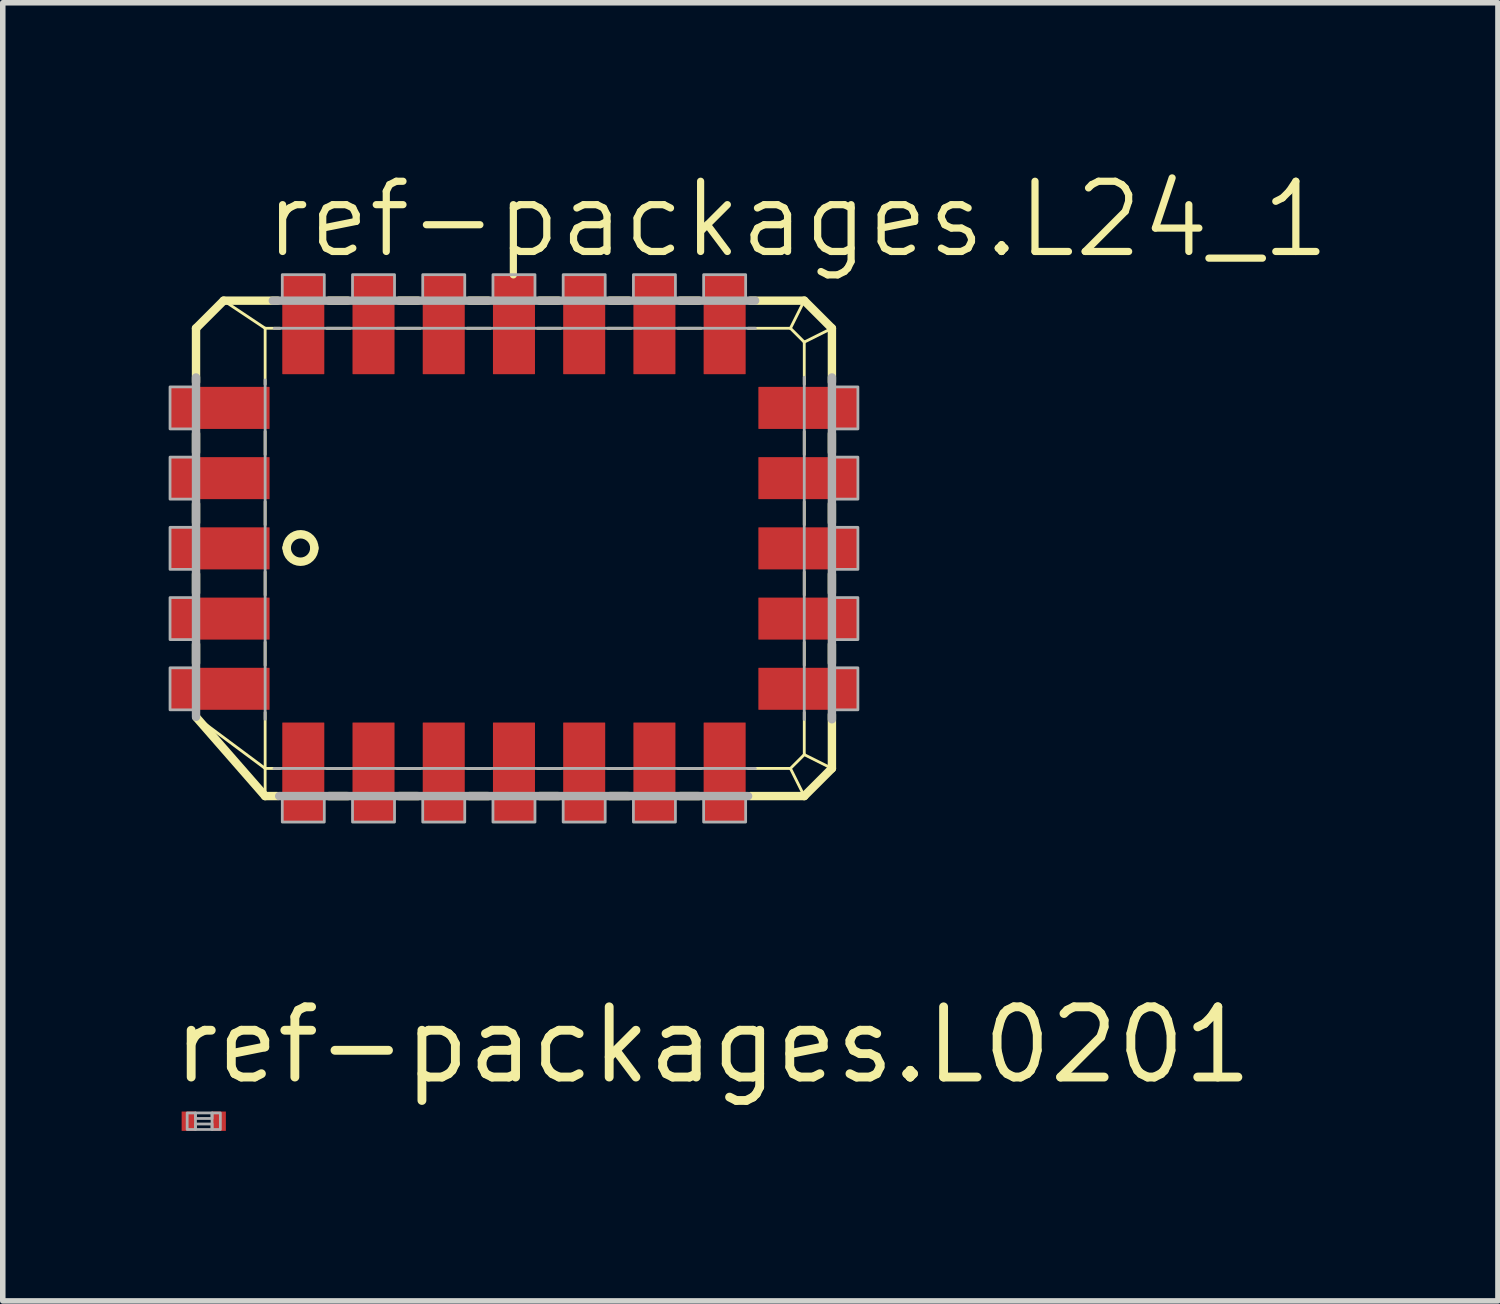
<source format=kicad_pcb>
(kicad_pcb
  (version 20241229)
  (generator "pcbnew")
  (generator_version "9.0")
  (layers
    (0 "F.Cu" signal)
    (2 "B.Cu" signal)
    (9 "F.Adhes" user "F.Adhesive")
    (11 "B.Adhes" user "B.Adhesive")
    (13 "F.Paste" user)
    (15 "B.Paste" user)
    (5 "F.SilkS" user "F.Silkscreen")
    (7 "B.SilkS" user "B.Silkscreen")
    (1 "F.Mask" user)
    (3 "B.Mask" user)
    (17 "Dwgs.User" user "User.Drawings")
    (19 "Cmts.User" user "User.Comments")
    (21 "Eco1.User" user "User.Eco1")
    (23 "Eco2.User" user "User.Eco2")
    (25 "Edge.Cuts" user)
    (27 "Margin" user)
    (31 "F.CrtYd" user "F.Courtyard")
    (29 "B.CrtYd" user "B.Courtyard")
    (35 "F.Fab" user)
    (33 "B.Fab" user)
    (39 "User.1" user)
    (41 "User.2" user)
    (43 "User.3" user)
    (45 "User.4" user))
  (footprint "ref-packages.L24_1"
    (layer "F.Cu")
    (at 6.245 6.867)
    (property "Reference" "ref-packages.L24_1" (at -4.572 -5.207 0) (layer "F.SilkS") (effects (font (size 1.27 1.27) (thickness 0.13)) (justify left bottom)))
    (attr smd)
    (fp_line (start -5.75 -3.98) (end -5.25 -4.48) (stroke (width 0.152) (type default)) (layer "F.SilkS"))
    (fp_line (start -5.75 -3.005) (end -5.75 -3.98) (stroke (width 0.152) (type default)) (layer "F.SilkS"))
    (fp_line (start -5.75 -1.735) (end -5.75 -2.075) (stroke (width 0.152) (type default)) (layer "F.SilkS"))
    (fp_line (start -5.75 -0.465) (end -5.75 -0.805) (stroke (width 0.152) (type default)) (layer "F.SilkS"))
    (fp_line (start -5.75 0.805) (end -5.75 0.465) (stroke (width 0.152) (type default)) (layer "F.SilkS"))
    (fp_line (start -5.75 2.075) (end -5.75 1.735) (stroke (width 0.152) (type default)) (layer "F.SilkS"))
    (fp_line (start -5.25 -4.48) (end -4.5 -3.98) (stroke (width 0.051) (type default)) (layer "F.SilkS"))
    (fp_line (start -5.25 -4.48) (end -4.275 -4.48) (stroke (width 0.152) (type default)) (layer "F.SilkS"))
    (fp_line (start -4.5 -3.98) (end -4.235 -3.98) (stroke (width 0.051) (type default)) (layer "F.SilkS"))
    (fp_line (start -4.5 -2.965) (end -4.5 -3.98) (stroke (width 0.051) (type default)) (layer "F.SilkS"))
    (fp_line (start -4.5 -1.695) (end -4.5 -2.115) (stroke (width 0.051) (type default)) (layer "F.SilkS"))
    (fp_line (start -4.5 -0.425) (end -4.5 -0.845) (stroke (width 0.051) (type default)) (layer "F.SilkS"))
    (fp_line (start -4.5 0.845) (end -4.5 0.425) (stroke (width 0.051) (type default)) (layer "F.SilkS"))
    (fp_line (start -4.5 2.115) (end -4.5 1.695) (stroke (width 0.051) (type default)) (layer "F.SilkS"))
    (fp_line (start -4.5 3.98) (end -5.749 3.051) (stroke (width 0.051) (type default)) (layer "F.SilkS"))
    (fp_line (start -4.5 3.98) (end -4.5 2.965) (stroke (width 0.051) (type default)) (layer "F.SilkS"))
    (fp_line (start -4.5 4.48) (end -5.745 3.055) (stroke (width 0.152) (type default)) (layer "F.SilkS"))
    (fp_line (start -4.5 4.48) (end -4.5 3.98) (stroke (width 0.051) (type default)) (layer "F.SilkS"))
    (fp_line (start -4.275 4.48) (end -4.5 4.48) (stroke (width 0.152) (type default)) (layer "F.SilkS"))
    (fp_line (start -4.235 3.98) (end -4.5 3.98) (stroke (width 0.051) (type default)) (layer "F.SilkS"))
    (fp_line (start -3.385 -3.98) (end -2.965 -3.98) (stroke (width 0.051) (type default)) (layer "F.SilkS"))
    (fp_line (start -3.345 -4.48) (end -3.005 -4.48) (stroke (width 0.152) (type default)) (layer "F.SilkS"))
    (fp_line (start -3.005 4.48) (end -3.345 4.48) (stroke (width 0.152) (type default)) (layer "F.SilkS"))
    (fp_line (start -2.965 3.98) (end -3.385 3.98) (stroke (width 0.051) (type default)) (layer "F.SilkS"))
    (fp_line (start -2.115 -3.98) (end -1.695 -3.98) (stroke (width 0.051) (type default)) (layer "F.SilkS"))
    (fp_line (start -2.075 -4.48) (end -1.735 -4.48) (stroke (width 0.152) (type default)) (layer "F.SilkS"))
    (fp_line (start -1.735 4.48) (end -2.075 4.48) (stroke (width 0.152) (type default)) (layer "F.SilkS"))
    (fp_line (start -1.695 3.98) (end -2.115 3.98) (stroke (width 0.051) (type default)) (layer "F.SilkS"))
    (fp_line (start -0.845 -3.98) (end -0.425 -3.98) (stroke (width 0.051) (type default)) (layer "F.SilkS"))
    (fp_line (start -0.805 -4.48) (end -0.465 -4.48) (stroke (width 0.152) (type default)) (layer "F.SilkS"))
    (fp_line (start -0.465 4.48) (end -0.805 4.48) (stroke (width 0.152) (type default)) (layer "F.SilkS"))
    (fp_line (start -0.425 3.98) (end -0.845 3.98) (stroke (width 0.051) (type default)) (layer "F.SilkS"))
    (fp_line (start 0.425 -3.98) (end 0.845 -3.98) (stroke (width 0.051) (type default)) (layer "F.SilkS"))
    (fp_line (start 0.465 -4.48) (end 0.805 -4.48) (stroke (width 0.152) (type default)) (layer "F.SilkS"))
    (fp_line (start 0.805 4.48) (end 0.465 4.48) (stroke (width 0.152) (type default)) (layer "F.SilkS"))
    (fp_line (start 0.845 3.98) (end 0.425 3.98) (stroke (width 0.051) (type default)) (layer "F.SilkS"))
    (fp_line (start 1.695 -3.98) (end 2.115 -3.98) (stroke (width 0.051) (type default)) (layer "F.SilkS"))
    (fp_line (start 1.735 -4.48) (end 2.075 -4.48) (stroke (width 0.152) (type default)) (layer "F.SilkS"))
    (fp_line (start 2.075 4.48) (end 1.735 4.48) (stroke (width 0.152) (type default)) (layer "F.SilkS"))
    (fp_line (start 2.115 3.98) (end 1.695 3.98) (stroke (width 0.051) (type default)) (layer "F.SilkS"))
    (fp_line (start 2.965 -3.98) (end 3.385 -3.98) (stroke (width 0.051) (type default)) (layer "F.SilkS"))
    (fp_line (start 3.005 -4.48) (end 3.345 -4.48) (stroke (width 0.152) (type default)) (layer "F.SilkS"))
    (fp_line (start 3.345 4.48) (end 3.005 4.48) (stroke (width 0.152) (type default)) (layer "F.SilkS"))
    (fp_line (start 3.385 3.98) (end 2.965 3.98) (stroke (width 0.051) (type default)) (layer "F.SilkS"))
    (fp_line (start 4.235 -3.98) (end 5 -3.98) (stroke (width 0.051) (type default)) (layer "F.SilkS"))
    (fp_line (start 4.275 -4.48) (end 5.25 -4.48) (stroke (width 0.152) (type default)) (layer "F.SilkS"))
    (fp_line (start 5 -3.98) (end 5.25 -4.48) (stroke (width 0.051) (type default)) (layer "F.SilkS"))
    (fp_line (start 5 -3.98) (end 5.25 -3.73) (stroke (width 0.051) (type default)) (layer "F.SilkS"))
    (fp_line (start 5 3.98) (end 4.235 3.98) (stroke (width 0.051) (type default)) (layer "F.SilkS"))
    (fp_line (start 5.25 -4.48) (end 5.75 -3.98) (stroke (width 0.152) (type default)) (layer "F.SilkS"))
    (fp_line (start 5.25 -3.73) (end 5.25 -2.965) (stroke (width 0.051) (type default)) (layer "F.SilkS"))
    (fp_line (start 5.25 -3.73) (end 5.75 -3.98) (stroke (width 0.051) (type default)) (layer "F.SilkS"))
    (fp_line (start 5.25 -2.115) (end 5.25 -1.695) (stroke (width 0.051) (type default)) (layer "F.SilkS"))
    (fp_line (start 5.25 -0.845) (end 5.25 -0.425) (stroke (width 0.051) (type default)) (layer "F.SilkS"))
    (fp_line (start 5.25 0.425) (end 5.25 0.845) (stroke (width 0.051) (type default)) (layer "F.SilkS"))
    (fp_line (start 5.25 1.695) (end 5.25 2.115) (stroke (width 0.051) (type default)) (layer "F.SilkS"))
    (fp_line (start 5.25 2.965) (end 5.25 3.73) (stroke (width 0.051) (type default)) (layer "F.SilkS"))
    (fp_line (start 5.25 3.73) (end 5 3.98) (stroke (width 0.051) (type default)) (layer "F.SilkS"))
    (fp_line (start 5.25 4.48) (end 4.275 4.48) (stroke (width 0.152) (type default)) (layer "F.SilkS"))
    (fp_line (start 5.25 4.48) (end 5 3.98) (stroke (width 0.051) (type default)) (layer "F.SilkS"))
    (fp_line (start 5.75 -3.98) (end 5.75 -3.005) (stroke (width 0.152) (type default)) (layer "F.SilkS"))
    (fp_line (start 5.75 -2.075) (end 5.75 -1.735) (stroke (width 0.152) (type default)) (layer "F.SilkS"))
    (fp_line (start 5.75 -0.805) (end 5.75 -0.465) (stroke (width 0.152) (type default)) (layer "F.SilkS"))
    (fp_line (start 5.75 0.465) (end 5.75 0.805) (stroke (width 0.152) (type default)) (layer "F.SilkS"))
    (fp_line (start 5.75 1.735) (end 5.75 2.075) (stroke (width 0.152) (type default)) (layer "F.SilkS"))
    (fp_line (start 5.75 3.005) (end 5.75 3.98) (stroke (width 0.152) (type default)) (layer "F.SilkS"))
    (fp_line (start 5.75 3.98) (end 5.25 3.73) (stroke (width 0.051) (type default)) (layer "F.SilkS"))
    (fp_line (start 5.75 3.98) (end 5.25 4.48) (stroke (width 0.152) (type default)) (layer "F.SilkS"))
    (fp_arc (start -4.11 -0.009) (mid -3.85604 -0.252513) (end -3.61 -0.001) (stroke (width 0.1524) (type default)) (layer "F.SilkS"))
    (fp_arc (start -4.11 -0.004) (mid -4.110012 -0.0065) (end -4.11 -0.009) (stroke (width 0.1524) (type default)) (layer "F.SilkS"))
    (fp_arc (start -3.61 -0.007) (mid -3.861 0.242) (end -4.11 -0.009) (stroke (width 0.1524) (type default)) (layer "F.SilkS"))
    (fp_line (start -5.75 3.047) (end -5.75 -3.091) (stroke (width 0.152) (type default)) (layer "F.Fab"))
    (fp_line (start -4.5 3.09) (end -4.5 -3.045) (stroke (width 0.051) (type default)) (layer "F.Fab"))
    (fp_line (start -4.361 -4.48) (end 4.361 -4.48) (stroke (width 0.152) (type default)) (layer "F.Fab"))
    (fp_line (start -4.336 -3.98) (end 4.365 -3.98) (stroke (width 0.051) (type default)) (layer "F.Fab"))
    (fp_line (start 4.234 4.48) (end -4.246 4.48) (stroke (width 0.152) (type default)) (layer "F.Fab"))
    (fp_line (start 4.365 3.98) (end -4.34 3.98) (stroke (width 0.051) (type default)) (layer "F.Fab"))
    (fp_line (start 5.25 -3.095) (end 5.25 3.095) (stroke (width 0.051) (type default)) (layer "F.Fab"))
    (fp_line (start 5.75 -3.091) (end 5.75 3.091) (stroke (width 0.152) (type default)) (layer "F.Fab"))
    (fp_rect (start -6.22 -2.16) (end -5.75 -2.92) (stroke (width 0.05) (type default)) (fill no) (layer "F.Fab"))
    (fp_rect (start -6.22 -0.89) (end -5.75 -1.65) (stroke (width 0.05) (type default)) (fill no) (layer "F.Fab"))
    (fp_rect (start -6.22 0.38) (end -5.75 -0.38) (stroke (width 0.05) (type default)) (fill no) (layer "F.Fab"))
    (fp_rect (start -6.22 1.65) (end -5.75 0.89) (stroke (width 0.05) (type default)) (fill no) (layer "F.Fab"))
    (fp_rect (start -6.22 2.92) (end -5.75 2.16) (stroke (width 0.05) (type default)) (fill no) (layer "F.Fab"))
    (fp_rect (start -4.19 -4.48) (end -3.43 -4.95) (stroke (width 0.05) (type default)) (fill no) (layer "F.Fab"))
    (fp_rect (start -4.19 4.95) (end -3.43 4.48) (stroke (width 0.05) (type default)) (fill no) (layer "F.Fab"))
    (fp_rect (start -2.92 -4.48) (end -2.16 -4.95) (stroke (width 0.05) (type default)) (fill no) (layer "F.Fab"))
    (fp_rect (start -2.92 4.95) (end -2.16 4.48) (stroke (width 0.05) (type default)) (fill no) (layer "F.Fab"))
    (fp_rect (start -1.65 -4.48) (end -0.89 -4.95) (stroke (width 0.05) (type default)) (fill no) (layer "F.Fab"))
    (fp_rect (start -1.65 4.95) (end -0.89 4.48) (stroke (width 0.05) (type default)) (fill no) (layer "F.Fab"))
    (fp_rect (start -0.38 -4.48) (end 0.38 -4.95) (stroke (width 0.05) (type default)) (fill no) (layer "F.Fab"))
    (fp_rect (start -0.38 4.95) (end 0.38 4.48) (stroke (width 0.05) (type default)) (fill no) (layer "F.Fab"))
    (fp_rect (start 0.89 -4.48) (end 1.65 -4.95) (stroke (width 0.05) (type default)) (fill no) (layer "F.Fab"))
    (fp_rect (start 0.89 4.95) (end 1.65 4.48) (stroke (width 0.05) (type default)) (fill no) (layer "F.Fab"))
    (fp_rect (start 2.16 -4.48) (end 2.92 -4.95) (stroke (width 0.05) (type default)) (fill no) (layer "F.Fab"))
    (fp_rect (start 2.16 4.95) (end 2.92 4.48) (stroke (width 0.05) (type default)) (fill no) (layer "F.Fab"))
    (fp_rect (start 3.43 -4.48) (end 4.19 -4.95) (stroke (width 0.05) (type default)) (fill no) (layer "F.Fab"))
    (fp_rect (start 3.43 4.95) (end 4.19 4.48) (stroke (width 0.05) (type default)) (fill no) (layer "F.Fab"))
    (fp_rect (start 5.75 -2.16) (end 6.22 -2.92) (stroke (width 0.05) (type default)) (fill no) (layer "F.Fab"))
    (fp_rect (start 5.75 -0.89) (end 6.22 -1.65) (stroke (width 0.05) (type default)) (fill no) (layer "F.Fab"))
    (fp_rect (start 5.75 0.38) (end 6.22 -0.38) (stroke (width 0.05) (type default)) (fill no) (layer "F.Fab"))
    (fp_rect (start 5.75 1.65) (end 6.22 0.89) (stroke (width 0.05) (type default)) (fill no) (layer "F.Fab"))
    (fp_rect (start 5.75 2.92) (end 6.22 2.16) (stroke (width 0.05) (type default)) (fill no) (layer "F.Fab"))
    (pad "1" smd roundrect (at -5.32 0) (size 1.8 0.76) (layers "F.Cu" "F.Mask" "F.Paste") (roundrect_rratio 0.01))
    (pad "2" smd roundrect (at -5.32 1.27) (size 1.8 0.76) (layers "F.Cu" "F.Mask" "F.Paste") (roundrect_rratio 0.01))
    (pad "3" smd roundrect (at -5.32 2.54) (size 1.8 0.76) (layers "F.Cu" "F.Mask" "F.Paste") (roundrect_rratio 0.01))
    (pad "4" smd roundrect (at -3.81 4.05) (size 0.76 1.8) (layers "F.Cu" "F.Mask" "F.Paste") (roundrect_rratio 0.01))
    (pad "5" smd roundrect (at -2.54 4.05) (size 0.76 1.8) (layers "F.Cu" "F.Mask" "F.Paste") (roundrect_rratio 0.01))
    (pad "6" smd roundrect (at -1.27 4.05) (size 0.76 1.8) (layers "F.Cu" "F.Mask" "F.Paste") (roundrect_rratio 0.01))
    (pad "7" smd roundrect (at 0 4.05) (size 0.76 1.8) (layers "F.Cu" "F.Mask" "F.Paste") (roundrect_rratio 0.01))
    (pad "8" smd roundrect (at 1.27 4.05) (size 0.76 1.8) (layers "F.Cu" "F.Mask" "F.Paste") (roundrect_rratio 0.01))
    (pad "9" smd roundrect (at 2.54 4.05) (size 0.76 1.8) (layers "F.Cu" "F.Mask" "F.Paste") (roundrect_rratio 0.01))
    (pad "10" smd roundrect (at 3.81 4.05) (size 0.76 1.8) (layers "F.Cu" "F.Mask" "F.Paste") (roundrect_rratio 0.01))
    (pad "11" smd roundrect (at 5.32 2.54) (size 1.8 0.76) (layers "F.Cu" "F.Mask" "F.Paste") (roundrect_rratio 0.01))
    (pad "12" smd roundrect (at 5.32 1.27) (size 1.8 0.76) (layers "F.Cu" "F.Mask" "F.Paste") (roundrect_rratio 0.01))
    (pad "13" smd roundrect (at 5.32 0) (size 1.8 0.76) (layers "F.Cu" "F.Mask" "F.Paste") (roundrect_rratio 0.01))
    (pad "14" smd roundrect (at 5.32 -1.27) (size 1.8 0.76) (layers "F.Cu" "F.Mask" "F.Paste") (roundrect_rratio 0.01))
    (pad "15" smd roundrect (at 5.32 -2.54) (size 1.8 0.76) (layers "F.Cu" "F.Mask" "F.Paste") (roundrect_rratio 0.01))
    (pad "16" smd roundrect (at 3.81 -4.05) (size 0.76 1.8) (layers "F.Cu" "F.Mask" "F.Paste") (roundrect_rratio 0.01))
    (pad "17" smd roundrect (at 2.54 -4.05) (size 0.76 1.8) (layers "F.Cu" "F.Mask" "F.Paste") (roundrect_rratio 0.01))
    (pad "18" smd roundrect (at 1.27 -4.05) (size 0.76 1.8) (layers "F.Cu" "F.Mask" "F.Paste") (roundrect_rratio 0.01))
    (pad "19" smd roundrect (at 0 -4.05) (size 0.76 1.8) (layers "F.Cu" "F.Mask" "F.Paste") (roundrect_rratio 0.01))
    (pad "20" smd roundrect (at -1.27 -4.05) (size 0.76 1.8) (layers "F.Cu" "F.Mask" "F.Paste") (roundrect_rratio 0.01))
    (pad "21" smd roundrect (at -2.54 -4.05) (size 0.76 1.8) (layers "F.Cu" "F.Mask" "F.Paste") (roundrect_rratio 0.01))
    (pad "22" smd roundrect (at -3.81 -4.05) (size 0.76 1.8) (layers "F.Cu" "F.Mask" "F.Paste") (roundrect_rratio 0.01))
    (pad "23" smd roundrect (at -5.32 -2.54) (size 1.8 0.76) (layers "F.Cu" "F.Mask" "F.Paste") (roundrect_rratio 0.01))
    (pad "24" smd roundrect (at -5.32 -1.27) (size 1.8 0.76) (layers "F.Cu" "F.Mask" "F.Paste") (roundrect_rratio 0.01)))
  (footprint "ref-packages.L0201"
    (layer "F.Cu")
    (at 0.635 17.227)
    (property "Reference" "ref-packages.L0201" (at -0.635 -0.635 0) (layer "F.SilkS") (effects (font (size 1.27 1.27) (thickness 0.16)) (justify left bottom)))
    (attr smd)
    (fp_rect (start -0.3 0.15) (end -0.15 -0.15) (stroke (width 0.05) (type default)) (fill no) (layer "F.Fab"))
    (fp_rect (start -0.15 -0.05) (end 0.15 -0.15) (stroke (width 0.05) (type default)) (fill no) (layer "F.Fab"))
    (fp_rect (start -0.15 0.15) (end 0.15 0.05) (stroke (width 0.05) (type default)) (fill no) (layer "F.Fab"))
    (fp_rect (start 0.15 0.15) (end 0.3 -0.15) (stroke (width 0.05) (type default)) (fill no) (layer "F.Fab"))
    (pad "1" smd roundrect (at -0.275 0) (size 0.25 0.35) (layers "F.Cu" "F.Mask" "F.Paste") (roundrect_rratio 0.01))
    (pad "2" smd roundrect (at 0.275 0) (size 0.25 0.35) (layers "F.Cu" "F.Mask" "F.Paste") (roundrect_rratio 0.01)))
  (gr_rect
    (start -3 -3)
    (end 24.04 20.477)
    (stroke (width 0.1) (type default))
    (fill no)
    (layer "Edge.Cuts")))
</source>
